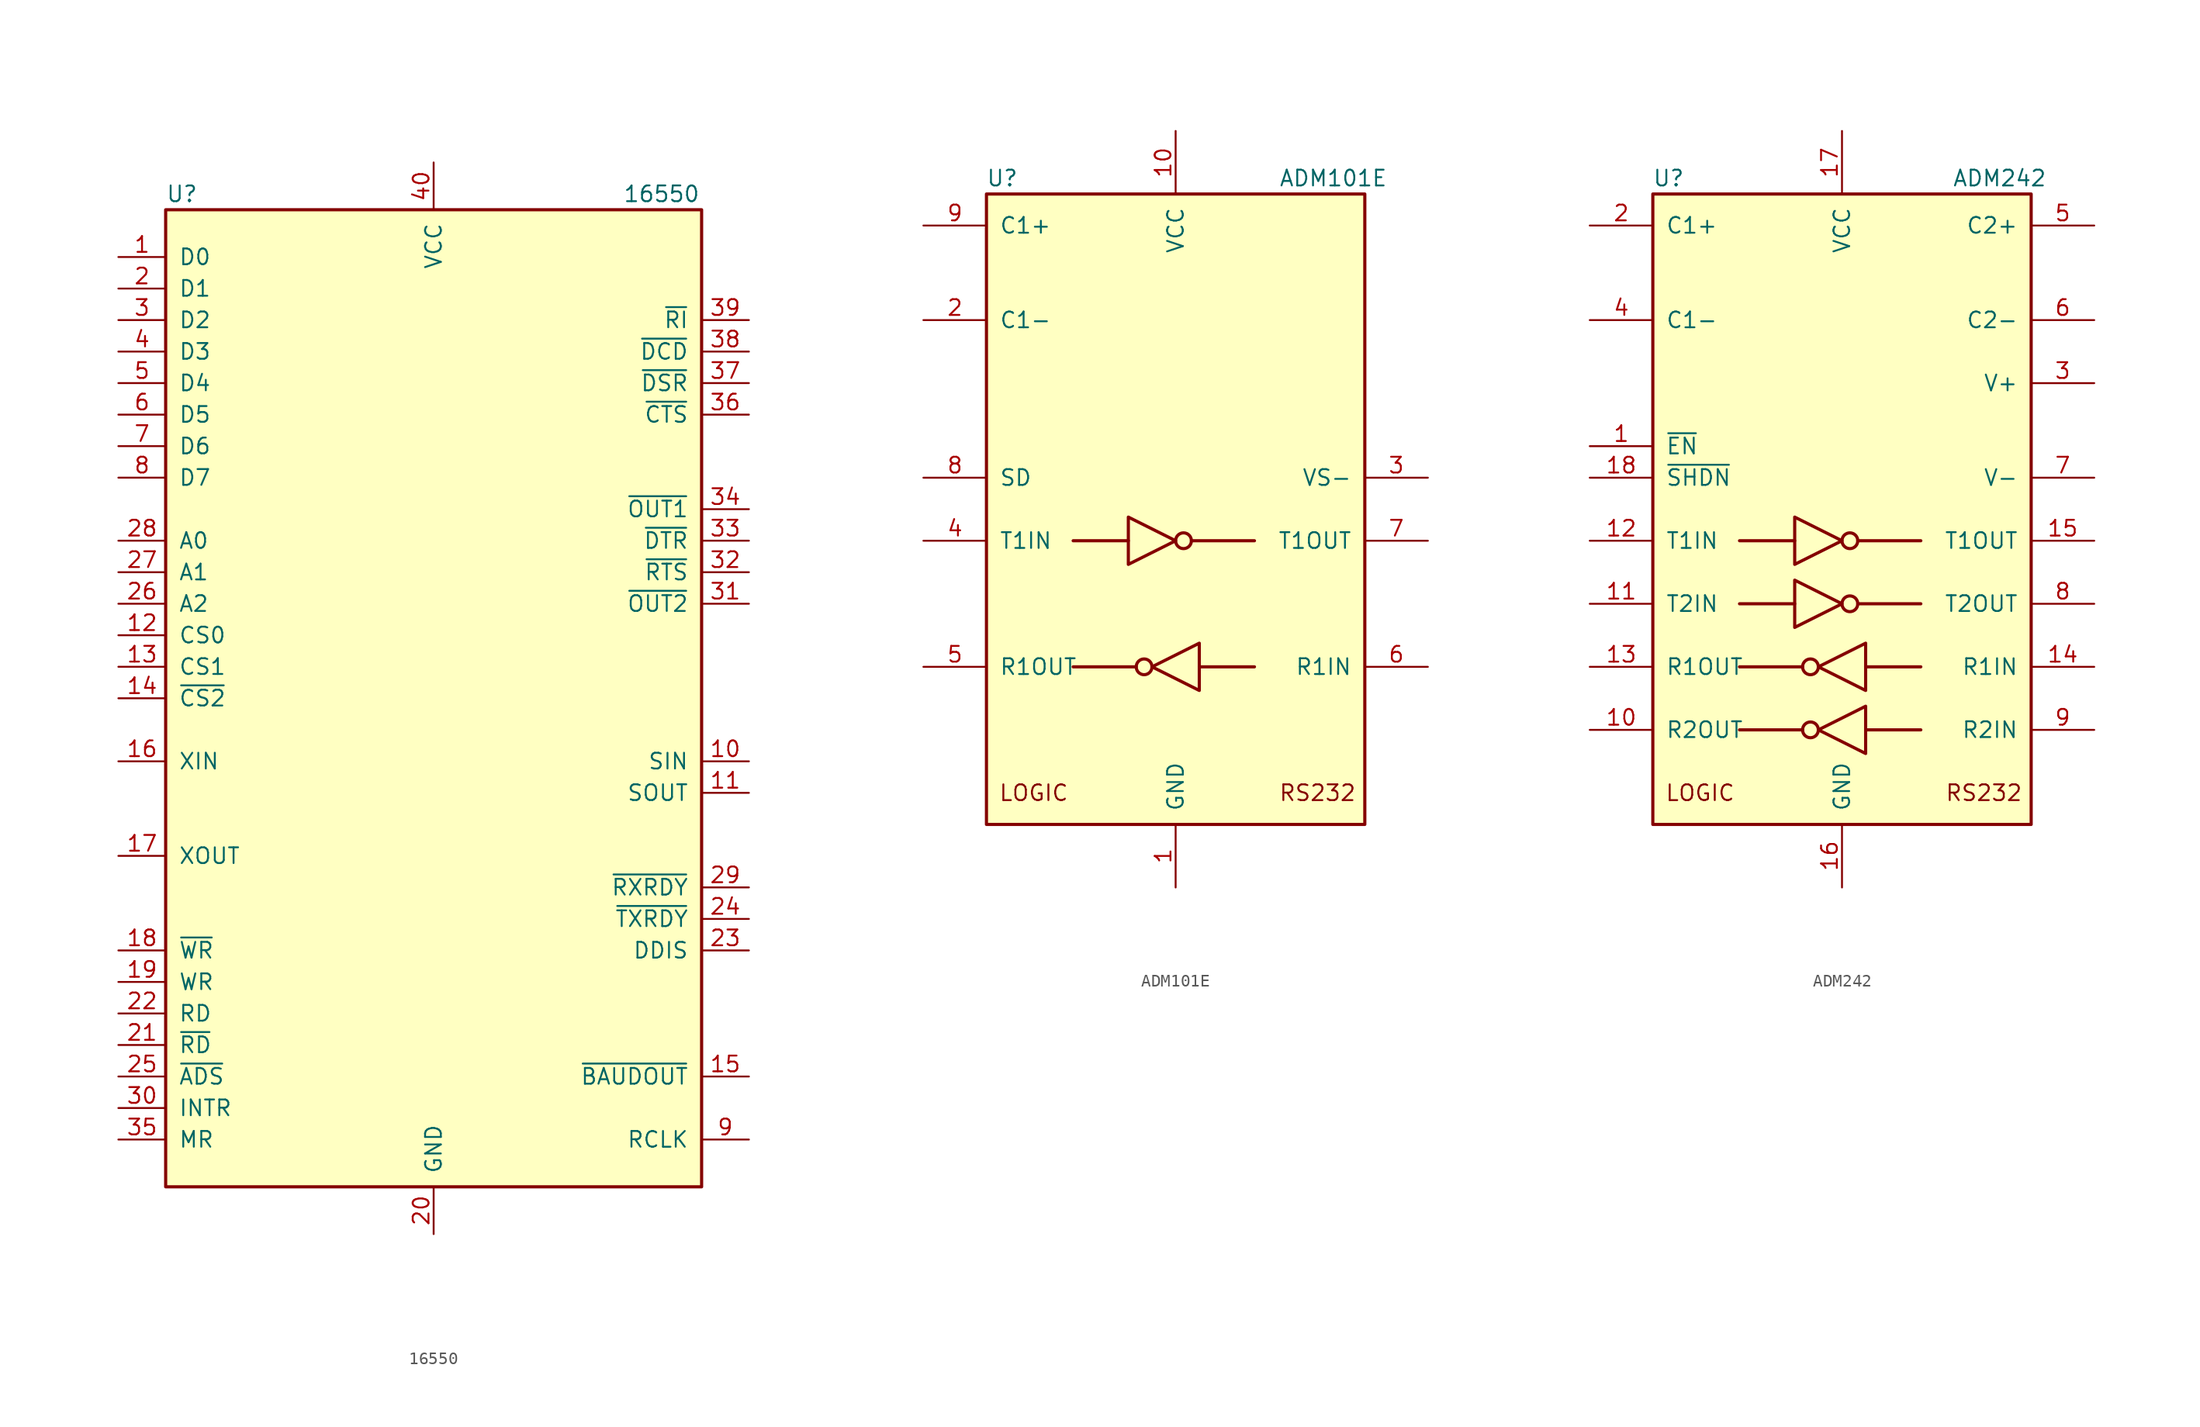
<source format=kicad_sym>
(kicad_symbol_lib
  (version 20220914)
  (generator kicad_symbol_editor)
  (symbol "16550"
    (pin_names
      (offset 1.016))
    (property "Reference" "U"
      (at -21.59 40.64 0)
      (effects (font (size 1.27 1.27)) (justify left)))
    (property "Value" "16550"
      (at 15.24 40.64 0)
      (effects (font (size 1.27 1.27)) (justify left)))
    (symbol "16550_0_1"
      (rectangle (start -21.59 -39.37) (end 21.59 39.37) (stroke (width 0.254) (type default)) (fill (type background))))
    (symbol "16550_1_1"
      (pin bidirectional line (at -25.4 35.56 0) (length 3.81) (name "D0" (effects (font (size 1.27 1.27)))) (number "1" (effects (font (size 1.27 1.27)))))
      (pin input line (at 25.4 -5.08 180) (length 3.81) (name "SIN" (effects (font (size 1.27 1.27)))) (number "10" (effects (font (size 1.27 1.27)))))
      (pin output line (at 25.4 -7.62 180) (length 3.81) (name "SOUT" (effects (font (size 1.27 1.27)))) (number "11" (effects (font (size 1.27 1.27)))))
      (pin input line (at -25.4 5.08 0) (length 3.81) (name "CS0" (effects (font (size 1.27 1.27)))) (number "12" (effects (font (size 1.27 1.27)))))
      (pin input line (at -25.4 2.54 0) (length 3.81) (name "CS1" (effects (font (size 1.27 1.27)))) (number "13" (effects (font (size 1.27 1.27)))))
      (pin input line (at -25.4 0 0) (length 3.81) (name "~{CS2}" (effects (font (size 1.27 1.27)))) (number "14" (effects (font (size 1.27 1.27)))))
      (pin output line (at 25.4 -30.48 180) (length 3.81) (name "~{BAUDOUT}" (effects (font (size 1.27 1.27)))) (number "15" (effects (font (size 1.27 1.27)))))
      (pin input line (at -25.4 -5.08 0) (length 3.81) (name "XIN" (effects (font (size 1.27 1.27)))) (number "16" (effects (font (size 1.27 1.27)))))
      (pin output line (at -25.4 -12.7 0) (length 3.81) (name "XOUT" (effects (font (size 1.27 1.27)))) (number "17" (effects (font (size 1.27 1.27)))))
      (pin input line (at -25.4 -20.32 0) (length 3.81) (name "~{WR}" (effects (font (size 1.27 1.27)))) (number "18" (effects (font (size 1.27 1.27)))))
      (pin input line (at -25.4 -22.86 0) (length 3.81) (name "WR" (effects (font (size 1.27 1.27)))) (number "19" (effects (font (size 1.27 1.27)))))
      (pin bidirectional line (at -25.4 33.02 0) (length 3.81) (name "D1" (effects (font (size 1.27 1.27)))) (number "2" (effects (font (size 1.27 1.27)))))
      (pin power_in line (at 0 -43.18 90) (length 3.81) (name "GND" (effects (font (size 1.27 1.27)))) (number "20" (effects (font (size 1.27 1.27)))))
      (pin input line (at -25.4 -27.94 0) (length 3.81) (name "~{RD}" (effects (font (size 1.27 1.27)))) (number "21" (effects (font (size 1.27 1.27)))))
      (pin input line (at -25.4 -25.4 0) (length 3.81) (name "RD" (effects (font (size 1.27 1.27)))) (number "22" (effects (font (size 1.27 1.27)))))
      (pin output line (at 25.4 -20.32 180) (length 3.81) (name "DDIS" (effects (font (size 1.27 1.27)))) (number "23" (effects (font (size 1.27 1.27)))))
      (pin output line (at 25.4 -17.78 180) (length 3.81) (name "~{TXRDY}" (effects (font (size 1.27 1.27)))) (number "24" (effects (font (size 1.27 1.27)))))
      (pin input line (at -25.4 -30.48 0) (length 3.81) (name "~{ADS}" (effects (font (size 1.27 1.27)))) (number "25" (effects (font (size 1.27 1.27)))))
      (pin input line (at -25.4 7.62 0) (length 3.81) (name "A2" (effects (font (size 1.27 1.27)))) (number "26" (effects (font (size 1.27 1.27)))))
      (pin input line (at -25.4 10.16 0) (length 3.81) (name "A1" (effects (font (size 1.27 1.27)))) (number "27" (effects (font (size 1.27 1.27)))))
      (pin input line (at -25.4 12.7 0) (length 3.81) (name "A0" (effects (font (size 1.27 1.27)))) (number "28" (effects (font (size 1.27 1.27)))))
      (pin output line (at 25.4 -15.24 180) (length 3.81) (name "~{RXRDY}" (effects (font (size 1.27 1.27)))) (number "29" (effects (font (size 1.27 1.27)))))
      (pin bidirectional line (at -25.4 30.48 0) (length 3.81) (name "D2" (effects (font (size 1.27 1.27)))) (number "3" (effects (font (size 1.27 1.27)))))
      (pin output line (at -25.4 -33.02 0) (length 3.81) (name "INTR" (effects (font (size 1.27 1.27)))) (number "30" (effects (font (size 1.27 1.27)))))
      (pin output line (at 25.4 7.62 180) (length 3.81) (name "~{OUT2}" (effects (font (size 1.27 1.27)))) (number "31" (effects (font (size 1.27 1.27)))))
      (pin output line (at 25.4 10.16 180) (length 3.81) (name "~{RTS}" (effects (font (size 1.27 1.27)))) (number "32" (effects (font (size 1.27 1.27)))))
      (pin output line (at 25.4 12.7 180) (length 3.81) (name "~{DTR}" (effects (font (size 1.27 1.27)))) (number "33" (effects (font (size 1.27 1.27)))))
      (pin output line (at 25.4 15.24 180) (length 3.81) (name "~{OUT1}" (effects (font (size 1.27 1.27)))) (number "34" (effects (font (size 1.27 1.27)))))
      (pin input line (at -25.4 -35.56 0) (length 3.81) (name "MR" (effects (font (size 1.27 1.27)))) (number "35" (effects (font (size 1.27 1.27)))))
      (pin input line (at 25.4 22.86 180) (length 3.81) (name "~{CTS}" (effects (font (size 1.27 1.27)))) (number "36" (effects (font (size 1.27 1.27)))))
      (pin input line (at 25.4 25.4 180) (length 3.81) (name "~{DSR}" (effects (font (size 1.27 1.27)))) (number "37" (effects (font (size 1.27 1.27)))))
      (pin input line (at 25.4 27.94 180) (length 3.81) (name "~{DCD}" (effects (font (size 1.27 1.27)))) (number "38" (effects (font (size 1.27 1.27)))))
      (pin input line (at 25.4 30.48 180) (length 3.81) (name "~{RI}" (effects (font (size 1.27 1.27)))) (number "39" (effects (font (size 1.27 1.27)))))
      (pin bidirectional line (at -25.4 27.94 0) (length 3.81) (name "D3" (effects (font (size 1.27 1.27)))) (number "4" (effects (font (size 1.27 1.27)))))
      (pin power_in line (at 0 43.18 270) (length 3.81) (name "VCC" (effects (font (size 1.27 1.27)))) (number "40" (effects (font (size 1.27 1.27)))))
      (pin bidirectional line (at -25.4 25.4 0) (length 3.81) (name "D4" (effects (font (size 1.27 1.27)))) (number "5" (effects (font (size 1.27 1.27)))))
      (pin bidirectional line (at -25.4 22.86 0) (length 3.81) (name "D5" (effects (font (size 1.27 1.27)))) (number "6" (effects (font (size 1.27 1.27)))))
      (pin bidirectional line (at -25.4 20.32 0) (length 3.81) (name "D6" (effects (font (size 1.27 1.27)))) (number "7" (effects (font (size 1.27 1.27)))))
      (pin bidirectional line (at -25.4 17.78 0) (length 3.81) (name "D7" (effects (font (size 1.27 1.27)))) (number "8" (effects (font (size 1.27 1.27)))))
      (pin input line (at 25.4 -35.56 180) (length 3.81) (name "RCLK" (effects (font (size 1.27 1.27)))) (number "9" (effects (font (size 1.27 1.27)))))))
  (symbol "ADM101E"
    (pin_names
      (offset 1.016))
    (property "Reference" "U"
      (at -13.97 26.67 0)
      (effects (font (size 1.27 1.27))))
    (property "Value" "ADM101E"
      (at 12.7 26.67 0)
      (effects (font (size 1.27 1.27))))
    (symbol "ADM101E_0_0"
      (text "LOGIC" (at -11.43 -22.86 0) (effects (font (size 1.27 1.27))))
      (text "RS232" (at 11.43 -22.86 0) (effects (font (size 1.27 1.27)))))
    (symbol "ADM101E_0_1"
      (rectangle (start -15.24 -25.4) (end 15.24 25.4) (stroke (width 0.254) (type default)) (fill (type background)))
      (circle (center -2.54 -12.7) (radius 0.635) (stroke (width 0.254) (type default)) (fill (type none)))
      (polyline (pts (xy -3.81 -2.54) (xy -8.255 -2.54)) (stroke (width 0.254) (type default)) (fill (type none)))
      (polyline (pts (xy -3.175 -12.7) (xy -8.255 -12.7)) (stroke (width 0.254) (type default)) (fill (type none)))
      (polyline (pts (xy 1.27 -2.54) (xy 6.35 -2.54)) (stroke (width 0.254) (type default)) (fill (type none)))
      (polyline (pts (xy 1.905 -12.7) (xy 6.35 -12.7)) (stroke (width 0.254) (type default)) (fill (type none)))
      (polyline (pts (xy -3.81 -0.635) (xy -3.81 -4.445) (xy 0 -2.54) (xy -3.81 -0.635)) (stroke (width 0.254) (type default)) (fill (type none)))
      (polyline (pts (xy 1.905 -10.795) (xy 1.905 -14.605) (xy -1.905 -12.7) (xy 1.905 -10.795)) (stroke (width 0.254) (type default)) (fill (type none)))
      (circle (center 0.635 -2.54) (radius 0.635) (stroke (width 0.254) (type default)) (fill (type none))))
    (symbol "ADM101E_1_1"
      (pin power_in line (at 0 -30.48 90) (length 5.08) (name "GND" (effects (font (size 1.27 1.27)))) (number "1" (effects (font (size 1.27 1.27)))))
      (pin power_in line (at 0 30.48 270) (length 5.08) (name "VCC" (effects (font (size 1.27 1.27)))) (number "10" (effects (font (size 1.27 1.27)))))
      (pin passive line (at -20.32 15.24 0) (length 5.08) (name "C1-" (effects (font (size 1.27 1.27)))) (number "2" (effects (font (size 1.27 1.27)))))
      (pin power_out line (at 20.32 2.54 180) (length 5.08) (name "VS-" (effects (font (size 1.27 1.27)))) (number "3" (effects (font (size 1.27 1.27)))))
      (pin input line (at -20.32 -2.54 0) (length 5.08) (name "T1IN" (effects (font (size 1.27 1.27)))) (number "4" (effects (font (size 1.27 1.27)))))
      (pin output line (at -20.32 -12.7 0) (length 5.08) (name "R1OUT" (effects (font (size 1.27 1.27)))) (number "5" (effects (font (size 1.27 1.27)))))
      (pin input line (at 20.32 -12.7 180) (length 5.08) (name "R1IN" (effects (font (size 1.27 1.27)))) (number "6" (effects (font (size 1.27 1.27)))))
      (pin output line (at 20.32 -2.54 180) (length 5.08) (name "T1OUT" (effects (font (size 1.27 1.27)))) (number "7" (effects (font (size 1.27 1.27)))))
      (pin input line (at -20.32 2.54 0) (length 5.08) (name "SD" (effects (font (size 1.27 1.27)))) (number "8" (effects (font (size 1.27 1.27)))))
      (pin passive line (at -20.32 22.86 0) (length 5.08) (name "C1+" (effects (font (size 1.27 1.27)))) (number "9" (effects (font (size 1.27 1.27)))))))
  (symbol "ADM242"
    (pin_names
      (offset 1.016))
    (property "Reference" "U"
      (at -13.97 26.67 0)
      (effects (font (size 1.27 1.27))))
    (property "Value" "ADM242"
      (at 12.7 26.67 0)
      (effects (font (size 1.27 1.27))))
    (symbol "ADM242_0_0"
      (text "LOGIC" (at -11.43 -22.86 0) (effects (font (size 1.27 1.27))))
      (text "RS232" (at 11.43 -22.86 0) (effects (font (size 1.27 1.27)))))
    (symbol "ADM242_0_1"
      (rectangle (start -15.24 -25.4) (end 15.24 25.4) (stroke (width 0.254) (type default)) (fill (type background)))
      (circle (center -2.54 -17.78) (radius 0.635) (stroke (width 0.254) (type default)) (fill (type none)))
      (circle (center -2.54 -12.7) (radius 0.635) (stroke (width 0.254) (type default)) (fill (type none)))
      (polyline (pts (xy -3.81 -7.62) (xy -8.255 -7.62)) (stroke (width 0.254) (type default)) (fill (type none)))
      (polyline (pts (xy -3.81 -2.54) (xy -8.255 -2.54)) (stroke (width 0.254) (type default)) (fill (type none)))
      (polyline (pts (xy -3.175 -17.78) (xy -8.255 -17.78)) (stroke (width 0.254) (type default)) (fill (type none)))
      (polyline (pts (xy -3.175 -12.7) (xy -8.255 -12.7)) (stroke (width 0.254) (type default)) (fill (type none)))
      (polyline (pts (xy 1.27 -7.62) (xy 6.35 -7.62)) (stroke (width 0.254) (type default)) (fill (type none)))
      (polyline (pts (xy 1.27 -2.54) (xy 6.35 -2.54)) (stroke (width 0.254) (type default)) (fill (type none)))
      (polyline (pts (xy 1.905 -17.78) (xy 6.35 -17.78)) (stroke (width 0.254) (type default)) (fill (type none)))
      (polyline (pts (xy 1.905 -12.7) (xy 6.35 -12.7)) (stroke (width 0.254) (type default)) (fill (type none)))
      (polyline (pts (xy -3.81 -5.715) (xy -3.81 -9.525) (xy 0 -7.62) (xy -3.81 -5.715)) (stroke (width 0.254) (type default)) (fill (type none)))
      (polyline (pts (xy -3.81 -0.635) (xy -3.81 -4.445) (xy 0 -2.54) (xy -3.81 -0.635)) (stroke (width 0.254) (type default)) (fill (type none)))
      (polyline (pts (xy 1.905 -15.875) (xy 1.905 -19.685) (xy -1.905 -17.78) (xy 1.905 -15.875)) (stroke (width 0.254) (type default)) (fill (type none)))
      (polyline (pts (xy 1.905 -10.795) (xy 1.905 -14.605) (xy -1.905 -12.7) (xy 1.905 -10.795)) (stroke (width 0.254) (type default)) (fill (type none)))
      (circle (center 0.635 -7.62) (radius 0.635) (stroke (width 0.254) (type default)) (fill (type none)))
      (circle (center 0.635 -2.54) (radius 0.635) (stroke (width 0.254) (type default)) (fill (type none))))
    (symbol "ADM242_1_1"
      (pin input line (at -20.32 5.08 0) (length 5.08) (name "~{EN}" (effects (font (size 1.27 1.27)))) (number "1" (effects (font (size 1.27 1.27)))))
      (pin output line (at -20.32 -17.78 0) (length 5.08) (name "R2OUT" (effects (font (size 1.27 1.27)))) (number "10" (effects (font (size 1.27 1.27)))))
      (pin input line (at -20.32 -7.62 0) (length 5.08) (name "T2IN" (effects (font (size 1.27 1.27)))) (number "11" (effects (font (size 1.27 1.27)))))
      (pin input line (at -20.32 -2.54 0) (length 5.08) (name "T1IN" (effects (font (size 1.27 1.27)))) (number "12" (effects (font (size 1.27 1.27)))))
      (pin output line (at -20.32 -12.7 0) (length 5.08) (name "R1OUT" (effects (font (size 1.27 1.27)))) (number "13" (effects (font (size 1.27 1.27)))))
      (pin input line (at 20.32 -12.7 180) (length 5.08) (name "R1IN" (effects (font (size 1.27 1.27)))) (number "14" (effects (font (size 1.27 1.27)))))
      (pin output line (at 20.32 -2.54 180) (length 5.08) (name "T1OUT" (effects (font (size 1.27 1.27)))) (number "15" (effects (font (size 1.27 1.27)))))
      (pin power_in line (at 0 -30.48 90) (length 5.08) (name "GND" (effects (font (size 1.27 1.27)))) (number "16" (effects (font (size 1.27 1.27)))))
      (pin power_in line (at 0 30.48 270) (length 5.08) (name "VCC" (effects (font (size 1.27 1.27)))) (number "17" (effects (font (size 1.27 1.27)))))
      (pin input line (at -20.32 2.54 0) (length 5.08) (name "~{SHDN}" (effects (font (size 1.27 1.27)))) (number "18" (effects (font (size 1.27 1.27)))))
      (pin passive line (at -20.32 22.86 0) (length 5.08) (name "C1+" (effects (font (size 1.27 1.27)))) (number "2" (effects (font (size 1.27 1.27)))))
      (pin power_out line (at 20.32 10.16 180) (length 5.08) (name "V+" (effects (font (size 1.27 1.27)))) (number "3" (effects (font (size 1.27 1.27)))))
      (pin passive line (at -20.32 15.24 0) (length 5.08) (name "C1-" (effects (font (size 1.27 1.27)))) (number "4" (effects (font (size 1.27 1.27)))))
      (pin passive line (at 20.32 22.86 180) (length 5.08) (name "C2+" (effects (font (size 1.27 1.27)))) (number "5" (effects (font (size 1.27 1.27)))))
      (pin passive line (at 20.32 15.24 180) (length 5.08) (name "C2-" (effects (font (size 1.27 1.27)))) (number "6" (effects (font (size 1.27 1.27)))))
      (pin power_out line (at 20.32 2.54 180) (length 5.08) (name "V-" (effects (font (size 1.27 1.27)))) (number "7" (effects (font (size 1.27 1.27)))))
      (pin output line (at 20.32 -7.62 180) (length 5.08) (name "T2OUT" (effects (font (size 1.27 1.27)))) (number "8" (effects (font (size 1.27 1.27)))))
      (pin input line (at 20.32 -17.78 180) (length 5.08) (name "R2IN" (effects (font (size 1.27 1.27)))) (number "9" (effects (font (size 1.27 1.27))))))))
</source>
